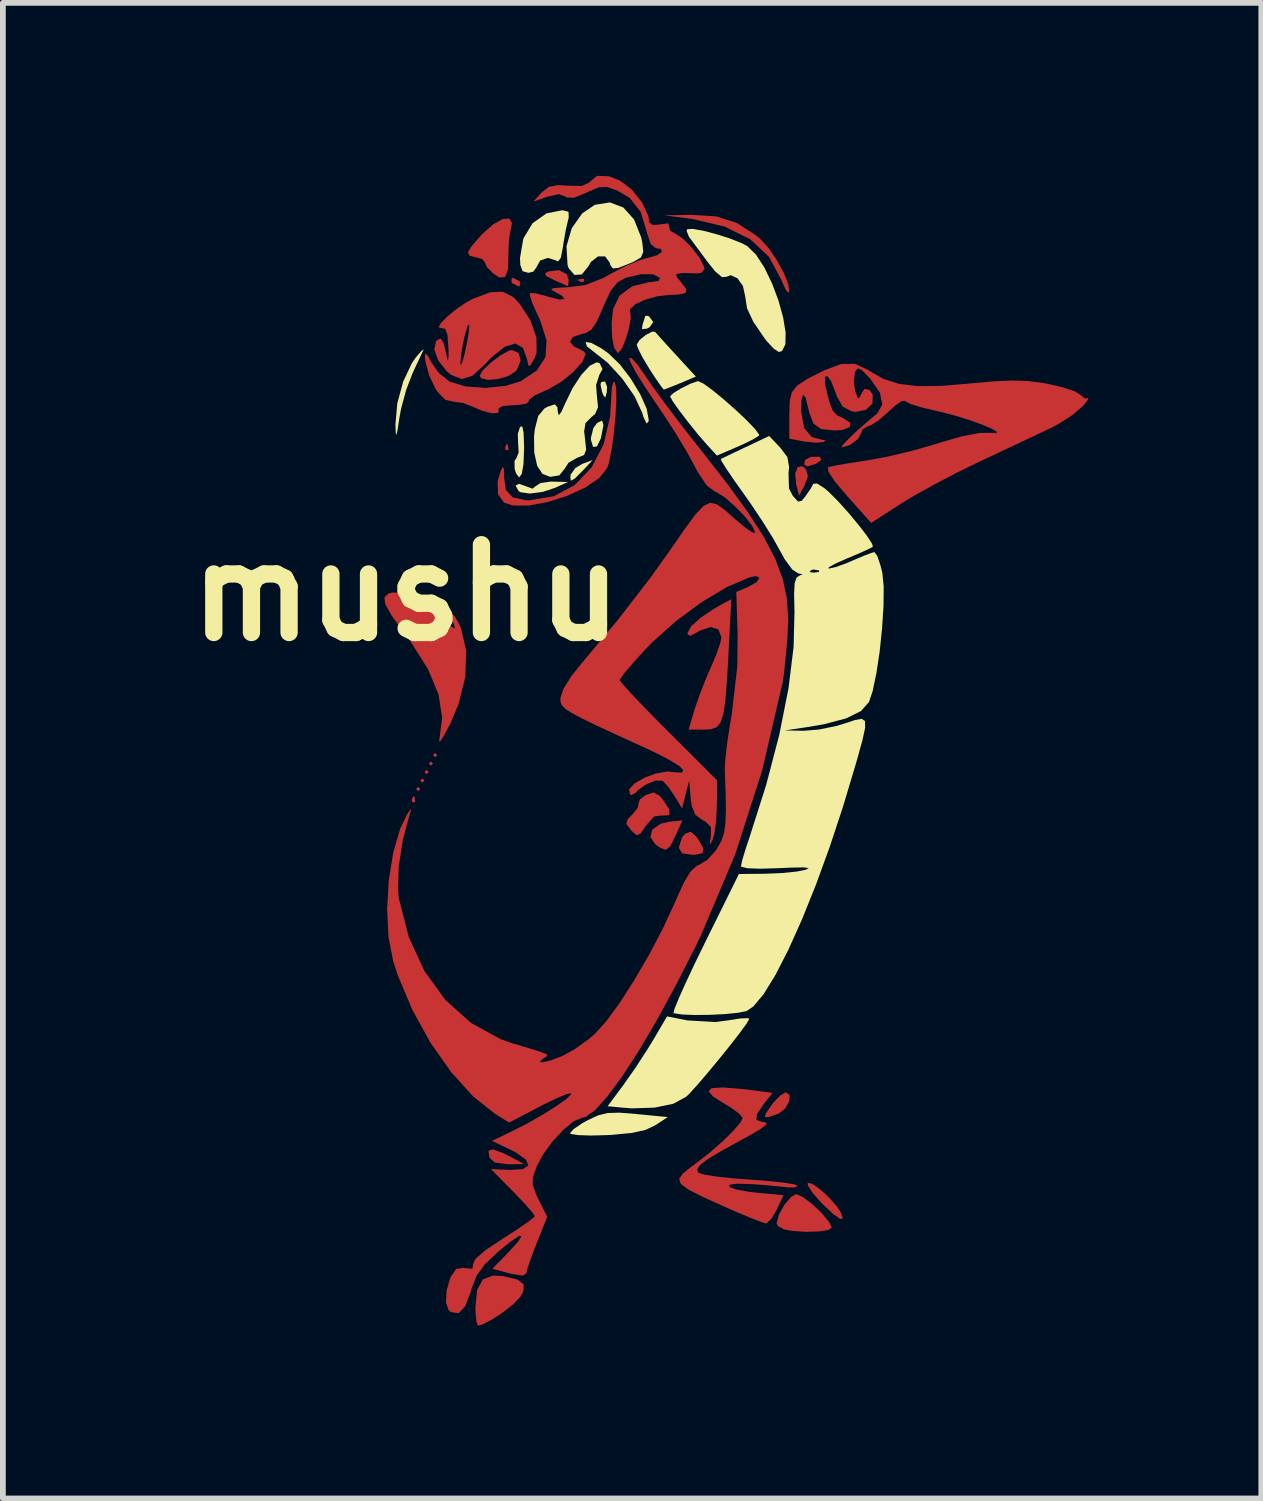
<source format=kicad_pcb>
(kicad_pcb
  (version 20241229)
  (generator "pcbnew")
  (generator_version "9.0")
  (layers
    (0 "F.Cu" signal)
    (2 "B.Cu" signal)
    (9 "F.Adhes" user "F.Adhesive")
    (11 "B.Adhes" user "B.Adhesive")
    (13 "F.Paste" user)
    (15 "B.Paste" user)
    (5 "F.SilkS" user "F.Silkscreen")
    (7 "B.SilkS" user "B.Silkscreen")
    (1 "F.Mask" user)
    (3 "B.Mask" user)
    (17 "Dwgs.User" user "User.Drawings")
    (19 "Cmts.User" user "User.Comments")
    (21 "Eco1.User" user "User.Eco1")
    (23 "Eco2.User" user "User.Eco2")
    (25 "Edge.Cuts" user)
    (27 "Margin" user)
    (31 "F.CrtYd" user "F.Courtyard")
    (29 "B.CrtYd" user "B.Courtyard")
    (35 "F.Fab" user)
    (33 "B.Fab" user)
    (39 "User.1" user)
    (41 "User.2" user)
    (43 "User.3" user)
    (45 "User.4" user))
  (footprint "mushu"
    (layer "F.Cu")
    (at 3.999 7.238)
    (property "Reference" "mushu" (at 0 0 0) (layer "F.SilkS") (effects (font (size 1.524 1.524) (thickness 0.3))))
    (attr board_only exclude_from_pos_files exclude_from_bom)
    (fp_poly (pts (xy 0.245 3.406) (xy 0.208 3.443) (xy 0.171 3.406) (xy 0.208 3.369)) (stroke (width 0) (type solid)) (fill yes) (layer "F.Cu"))
    (fp_poly (pts (xy 0.318 3.259) (xy 0.282 3.296) (xy 0.245 3.259) (xy 0.282 3.222)) (stroke (width 0) (type solid)) (fill yes) (layer "F.Cu"))
    (fp_poly (pts (xy 0.392 3.112) (xy 0.355 3.148) (xy 0.318 3.112) (xy 0.355 3.075)) (stroke (width 0) (type solid)) (fill yes) (layer "F.Cu"))
    (fp_poly (pts (xy 0.466 2.964) (xy 0.429 3.001) (xy 0.392 2.964) (xy 0.429 2.928)) (stroke (width 0) (type solid)) (fill yes) (layer "F.Cu"))
    (fp_poly (pts (xy 0.539 2.817) (xy 0.502 2.854) (xy 0.466 2.817) (xy 0.502 2.78)) (stroke (width 0) (type solid)) (fill yes) (layer "F.Cu"))
    (fp_poly (pts (xy 0.147 3.541) (xy 0.155 3.628) (xy 0.147 3.639) (xy 0.103 3.629) (xy 0.098 3.59) (xy 0.125 3.53)) (stroke (width 0) (type solid)) (fill yes) (layer "F.Cu"))
    (fp_poly (pts (xy 1.766 -2.57) (xy 1.775 -2.482) (xy 1.766 -2.471) (xy 1.723 -2.482) (xy 1.717 -2.521) (xy 1.744 -2.581)) (stroke (width 0) (type solid)) (fill yes) (layer "F.Cu"))
    (fp_poly (pts (xy 3.092 -5.441) (xy 3.081 -5.397) (xy 3.042 -5.392) (xy 2.982 -5.419) (xy 2.993 -5.441) (xy 3.081 -5.45)) (stroke (width 0) (type solid)) (fill yes) (layer "F.Cu"))
    (fp_poly (pts (xy 1.688 9.727) (xy 1.766 9.766) (xy 2.049 9.915) (xy 1.77 9.919) (xy 1.541 9.889) (xy 1.448 9.808) (xy 1.429 9.686) (xy 1.506 9.659)) (stroke (width 0) (type solid)) (fill yes) (layer "F.Cu"))
    (fp_poly (pts (xy 1.96 -5.412) (xy 1.975 -5.392) (xy 1.972 -5.324) (xy 1.947 -5.318) (xy 1.843 -5.372) (xy 1.828 -5.392) (xy 1.831 -5.46) (xy 1.856 -5.465)) (stroke (width 0) (type solid)) (fill yes) (layer "F.Cu"))
    (fp_poly (pts (xy 6.936 -2.148) (xy 6.974 -2.023) (xy 6.917 -1.869) (xy 6.819 -1.686) (xy 6.767 -1.893) (xy 6.752 -2.072) (xy 6.797 -2.183) (xy 6.881 -2.195)) (stroke (width 0) (type solid)) (fill yes) (layer "F.Cu"))
    (fp_poly (pts (xy 7.181 -2.356) (xy 7.207 -2.307) (xy 7.114 -2.238) (xy 6.962 -2.193) (xy 6.908 -2.226) (xy 6.921 -2.305) (xy 7.025 -2.359) (xy 7.162 -2.361)) (stroke (width 0) (type solid)) (fill yes) (layer "F.Cu"))
    (fp_poly (pts (xy 4.677 4.212) (xy 4.585 4.396) (xy 4.508 4.461) (xy 4.408 4.425) (xy 4.327 4.368) (xy 4.238 4.239) (xy 4.273 4.11) (xy 4.415 4.009) (xy 4.571 3.973) (xy 4.795 3.95)) (stroke (width 0) (type solid)) (fill yes) (layer "F.Cu"))
    (fp_poly (pts (xy 2.784 -5.531) (xy 2.822 -5.431) (xy 2.812 -5.335) (xy 2.803 -5.324) (xy 2.731 -5.355) (xy 2.579 -5.422) (xy 2.564 -5.429) (xy 2.426 -5.5) (xy 2.413 -5.547) (xy 2.472 -5.578) (xy 2.651 -5.599)) (stroke (width 0) (type solid)) (fill yes) (layer "F.Cu"))
    (fp_poly (pts (xy 5.03 4.225) (xy 5.061 4.266) (xy 5.159 4.433) (xy 5.147 4.518) (xy 5.014 4.546) (xy 4.957 4.547) (xy 4.793 4.523) (xy 4.737 4.435) (xy 4.736 4.409) (xy 4.788 4.246) (xy 4.84 4.185) (xy 4.935 4.147)) (stroke (width 0) (type solid)) (fill yes) (layer "F.Cu"))
    (fp_poly (pts (xy 6.657 8.718) (xy 6.648 8.829) (xy 6.578 8.952) (xy 6.464 9.039) (xy 6.461 9.04) (xy 6.288 9.1) (xy 6.225 9.098) (xy 6.245 9.032) (xy 6.252 9.02) (xy 6.367 8.856) (xy 6.494 8.724) (xy 6.588 8.67)) (stroke (width 0) (type solid)) (fill yes) (layer "F.Cu"))
    (fp_poly (pts (xy 7.046 10.256) (xy 7.18 10.351) (xy 7.336 10.493) (xy 7.474 10.649) (xy 7.542 10.75) (xy 7.582 10.859) (xy 7.533 10.867) (xy 7.407 10.778) (xy 7.218 10.6) (xy 7.204 10.586) (xy 7.056 10.418) (xy 6.973 10.29) (xy 6.968 10.241)) (stroke (width 0) (type solid)) (fill yes) (layer "F.Cu"))
    (fp_poly (pts (xy 1.954 -4.16) (xy 1.987 -4.03) (xy 1.924 -3.873) (xy 1.899 -3.843) (xy 1.771 -3.761) (xy 1.595 -3.709) (xy 1.421 -3.694) (xy 1.301 -3.723) (xy 1.276 -3.766) (xy 1.331 -3.862) (xy 1.467 -3.992) (xy 1.633 -4.118) (xy 1.781 -4.201) (xy 1.836 -4.214)) (stroke (width 0) (type solid)) (fill yes) (layer "F.Cu"))
    (fp_poly (pts (xy 1.681 11.859) (xy 1.928 11.918) (xy 2.041 12.002) (xy 2.033 12.128) (xy 1.982 12.219) (xy 1.866 12.343) (xy 1.682 12.487) (xy 1.481 12.619) (xy 1.311 12.704) (xy 1.247 12.719) (xy 1.22 12.654) (xy 1.204 12.488) (xy 1.202 12.402) (xy 1.232 12.099) (xy 1.33 11.918) (xy 1.507 11.849)) (stroke (width 0) (type solid)) (fill yes) (layer "F.Cu"))
    (fp_poly (pts (xy 6.887 10.488) (xy 7.05 10.612) (xy 7.216 10.77) (xy 7.342 10.922) (xy 7.386 11.019) (xy 7.321 11.061) (xy 7.155 11.085) (xy 6.937 11.091) (xy 6.711 11.076) (xy 6.558 11.049) (xy 6.449 10.987) (xy 6.429 10.943) (xy 6.47 10.791) (xy 6.566 10.619) (xy 6.682 10.483) (xy 6.77 10.437)) (stroke (width 0) (type solid)) (fill yes) (layer "F.Cu"))
    (fp_poly (pts (xy 5.379 -6.533) (xy 5.739 -6.419) (xy 6.076 -6.2) (xy 6.154 -6.134) (xy 6.295 -5.976) (xy 6.436 -5.768) (xy 6.556 -5.547) (xy 6.633 -5.354) (xy 6.648 -5.227) (xy 6.638 -5.208) (xy 6.595 -5.247) (xy 6.529 -5.386) (xy 6.51 -5.435) (xy 6.297 -5.83) (xy 5.972 -6.136) (xy 5.534 -6.353) (xy 4.977 -6.486) (xy 4.902 -6.496) (xy 4.478 -6.551) (xy 4.941 -6.56)) (stroke (width 0) (type solid)) (fill yes) (layer "F.Cu"))
    (fp_poly (pts (xy 1.836 -6.419) (xy 1.82 -6.331) (xy 1.786 -6.146) (xy 1.774 -5.911) (xy 1.775 -5.876) (xy 1.767 -5.61) (xy 1.716 -5.479) (xy 1.616 -5.473) (xy 1.512 -5.541) (xy 1.398 -5.657) (xy 1.364 -5.738) (xy 1.32 -5.792) (xy 1.22 -5.82) (xy 1.102 -5.849) (xy 1.071 -5.906) (xy 1.135 -6.015) (xy 1.298 -6.201) (xy 1.315 -6.22) (xy 1.505 -6.391) (xy 1.671 -6.485) (xy 1.79 -6.496)) (stroke (width 0) (type solid)) (fill yes) (layer "F.Cu"))
    (fp_poly (pts (xy 4.397 3.522) (xy 4.455 3.589) (xy 4.568 3.762) (xy 4.569 3.858) (xy 4.46 3.868) (xy 4.444 3.864) (xy 4.305 3.882) (xy 4.171 4.028) (xy 4.163 4.042) (xy 4.066 4.181) (xy 4 4.207) (xy 3.916 4.135) (xy 3.902 4.12) (xy 3.821 4.01) (xy 3.846 3.926) (xy 3.924 3.85) (xy 4.019 3.733) (xy 4.033 3.658) (xy 4.06 3.583) (xy 4.158 3.51) (xy 4.292 3.465)) (stroke (width 0) (type solid)) (fill yes) (layer "F.Cu"))
    (fp_poly (pts (xy 5.594 1.06) (xy 5.568 1.529) (xy 5.54 1.871) (xy 5.505 2.107) (xy 5.455 2.255) (xy 5.385 2.335) (xy 5.288 2.369) (xy 5.169 2.375) (xy 4.902 2.375) (xy 5.005 2.029) (xy 5.099 1.754) (xy 5.223 1.442) (xy 5.289 1.293) (xy 5.389 1.057) (xy 5.455 0.86) (xy 5.471 0.772) (xy 5.419 0.636) (xy 5.282 0.595) (xy 5.094 0.658) (xy 5.067 0.676) (xy 4.935 0.747) (xy 4.886 0.725) (xy 4.883 0.698) (xy 4.945 0.583) (xy 5.111 0.433) (xy 5.35 0.272) (xy 5.465 0.207) (xy 5.643 0.112)) (stroke (width 0) (type solid)) (fill yes) (layer "F.Cu"))
    (fp_poly (pts (xy 0.008 0.002) (xy 0.27 0.128) (xy 0.565 0.38) (xy 0.594 0.409) (xy 0.747 0.556) (xy 0.836 0.622) (xy 0.844 0.593) (xy 0.84 0.584) (xy 0.786 0.442) (xy 0.79 0.37) (xy 0.84 0.404) (xy 0.918 0.539) (xy 0.952 0.615) (xy 1.042 1.005) (xy 1.027 1.458) (xy 0.908 1.938) (xy 0.762 2.279) (xy 0.656 2.477) (xy 0.589 2.582) (xy 0.572 2.576) (xy 0.575 2.559) (xy 0.625 2.169) (xy 0.562 1.764) (xy 0.38 1.327) (xy 0.076 0.844) (xy -0.046 0.68) (xy -0.251 0.397) (xy -0.36 0.203) (xy -0.378 0.082) (xy -0.309 0.014) (xy -0.24 -0.005)) (stroke (width 0) (type solid)) (fill yes) (layer "F.Cu"))
    (fp_poly (pts (xy 3.621 -3.658) (xy 3.645 -3.552) (xy 3.648 -3.341) (xy 3.633 -3.066) (xy 3.605 -2.767) (xy 3.565 -2.483) (xy 3.519 -2.256) (xy 3.489 -2.165) (xy 3.351 -1.991) (xy 3.107 -1.826) (xy 2.795 -1.683) (xy 2.456 -1.575) (xy 2.128 -1.514) (xy 1.852 -1.515) (xy 1.699 -1.565) (xy 1.595 -1.709) (xy 1.587 -1.933) (xy 1.641 -2.116) (xy 1.682 -2.189) (xy 1.698 -2.137) (xy 1.698 -2.02) (xy 1.731 -1.784) (xy 1.852 -1.653) (xy 2.082 -1.606) (xy 2.143 -1.606) (xy 2.565 -1.676) (xy 2.928 -1.871) (xy 3.219 -2.177) (xy 3.427 -2.577) (xy 3.54 -3.059) (xy 3.558 -3.359) (xy 3.569 -3.559) (xy 3.597 -3.659)) (stroke (width 0) (type solid)) (fill yes) (layer "F.Cu"))
    (fp_poly (pts (xy 1.858 -5.132) (xy 1.966 -5.02) (xy 2.158 -4.728) (xy 2.261 -4.431) (xy 2.264 -4.168) (xy 2.224 -4.059) (xy 2.152 -3.939) (xy 2.12 -3.943) (xy 2.101 -4.043) (xy 2.028 -4.25) (xy 1.896 -4.326) (xy 1.712 -4.271) (xy 1.48 -4.085) (xy 1.362 -3.959) (xy 1.15 -3.766) (xy 0.964 -3.708) (xy 0.779 -3.783) (xy 0.706 -3.843) (xy 0.594 -3.984) (xy 0.94 -3.984) (xy 0.952 -3.952) (xy 0.981 -4.021) (xy 1.021 -4.173) (xy 1.064 -4.386) (xy 1.079 -4.472) (xy 1.098 -4.633) (xy 1.083 -4.658) (xy 1.063 -4.619) (xy 1.014 -4.455) (xy 0.967 -4.223) (xy 0.955 -4.14) (xy 0.94 -3.984) (xy 0.594 -3.984) (xy 0.555 -4.033) (xy 0.488 -4.223) (xy 0.519 -4.368) (xy 0.53 -4.381) (xy 0.596 -4.413) (xy 0.647 -4.344) (xy 0.696 -4.153) (xy 0.712 -4.067) (xy 0.728 -4.026) (xy 0.736 -4.114) (xy 0.734 -4.251) (xy 0.717 -4.475) (xy 0.678 -4.58) (xy 0.613 -4.594) (xy 0.562 -4.609) (xy 0.606 -4.685) (xy 0.719 -4.799) (xy 0.875 -4.926) (xy 1.048 -5.043) (xy 1.165 -5.105) (xy 1.459 -5.215) (xy 1.677 -5.225)) (stroke (width 0) (type solid)) (fill yes) (layer "F.Cu"))
    (fp_poly (pts (xy 5.823 8.611) (xy 6.007 8.633) (xy 6.359 8.68) (xy 6.21 8.869) (xy 6.089 9.048) (xy 6.079 9.148) (xy 6.183 9.186) (xy 6.227 9.188) (xy 6.26 9.217) (xy 6.158 9.302) (xy 5.921 9.441) (xy 5.84 9.484) (xy 5.479 9.682) (xy 5.237 9.827) (xy 5.098 9.933) (xy 5.049 10.009) (xy 5.071 10.065) (xy 5.169 10.097) (xy 5.381 10.131) (xy 5.675 10.163) (xy 5.969 10.185) (xy 6.298 10.21) (xy 6.565 10.239) (xy 6.741 10.268) (xy 6.797 10.29) (xy 6.736 10.323) (xy 6.632 10.32) (xy 6.471 10.302) (xy 6.223 10.28) (xy 5.997 10.263) (xy 5.736 10.256) (xy 5.609 10.275) (xy 5.61 10.313) (xy 5.731 10.357) (xy 5.964 10.399) (xy 6.112 10.415) (xy 6.549 10.455) (xy 6.434 10.701) (xy 6.341 10.862) (xy 6.258 10.943) (xy 6.245 10.946) (xy 6.15 10.916) (xy 5.954 10.839) (xy 5.689 10.728) (xy 5.509 10.648) (xy 5.141 10.482) (xy 4.898 10.358) (xy 4.767 10.261) (xy 4.738 10.174) (xy 4.8 10.081) (xy 4.94 9.968) (xy 4.999 9.926) (xy 5.249 9.733) (xy 5.485 9.528) (xy 5.68 9.336) (xy 5.807 9.186) (xy 5.84 9.114) (xy 5.782 9.042) (xy 5.633 8.934) (xy 5.546 8.882) (xy 5.33 8.746) (xy 5.248 8.651) (xy 5.302 8.598) (xy 5.493 8.585)) (stroke (width 0) (type solid)) (fill yes) (layer "F.Cu"))
    (fp_poly (pts (xy 8.021 -3.865) (xy 8.038 -3.853) (xy 8.28 -3.713) (xy 8.554 -3.625) (xy 8.887 -3.586) (xy 9.309 -3.592) (xy 9.759 -3.63) (xy 10.185 -3.669) (xy 10.513 -3.684) (xy 10.786 -3.675) (xy 11.051 -3.641) (xy 11.152 -3.623) (xy 11.412 -3.562) (xy 11.61 -3.494) (xy 11.706 -3.432) (xy 11.708 -3.428) (xy 11.788 -3.368) (xy 11.83 -3.38) (xy 11.842 -3.365) (xy 11.77 -3.27) (xy 11.734 -3.23) (xy 11.561 -3.083) (xy 11.321 -2.929) (xy 11.182 -2.856) (xy 10.967 -2.755) (xy 10.66 -2.61) (xy 10.304 -2.442) (xy 9.954 -2.278) (xy 9.566 -2.089) (xy 9.171 -1.882) (xy 8.816 -1.685) (xy 8.584 -1.545) (xy 8.071 -1.212) (xy 7.65 -1.683) (xy 7.44 -1.932) (xy 7.328 -2.101) (xy 7.319 -2.18) (xy 7.326 -2.183) (xy 7.441 -2.207) (xy 7.66 -2.245) (xy 7.94 -2.289) (xy 8.012 -2.299) (xy 8.374 -2.367) (xy 8.792 -2.467) (xy 9.186 -2.58) (xy 9.244 -2.599) (xy 9.641 -2.715) (xy 9.953 -2.774) (xy 10.128 -2.776) (xy 10.248 -2.769) (xy 10.249 -2.797) (xy 10.156 -2.851) (xy 9.989 -2.921) (xy 9.771 -2.999) (xy 9.526 -3.075) (xy 9.275 -3.14) (xy 9.203 -3.156) (xy 8.943 -3.218) (xy 8.747 -3.279) (xy 8.654 -3.328) (xy 8.651 -3.332) (xy 8.592 -3.324) (xy 8.466 -3.231) (xy 8.373 -3.144) (xy 8.202 -2.994) (xy 8.058 -2.902) (xy 8.01 -2.889) (xy 7.914 -2.83) (xy 7.902 -2.781) (xy 7.841 -2.668) (xy 7.704 -2.565) (xy 7.557 -2.521) (xy 7.576 -2.564) (xy 7.683 -2.677) (xy 7.853 -2.837) (xy 8.061 -3.018) (xy 8.178 -3.114) (xy 8.264 -3.268) (xy 8.222 -3.473) (xy 8.055 -3.715) (xy 8.054 -3.716) (xy 7.917 -3.858) (xy 7.841 -3.896) (xy 7.796 -3.844) (xy 7.789 -3.827) (xy 7.77 -3.662) (xy 7.795 -3.496) (xy 7.84 -3.373) (xy 7.872 -3.388) (xy 7.882 -3.422) (xy 7.952 -3.538) (xy 8.045 -3.52) (xy 8.098 -3.435) (xy 8.093 -3.285) (xy 7.981 -3.176) (xy 7.804 -3.139) (xy 7.73 -3.15) (xy 7.576 -3.232) (xy 7.475 -3.408) (xy 7.449 -3.485) (xy 7.376 -3.672) (xy 7.308 -3.762) (xy 7.267 -3.746) (xy 7.273 -3.612) (xy 7.281 -3.57) (xy 7.344 -3.313) (xy 7.403 -3.163) (xy 7.48 -3.08) (xy 7.581 -3.032) (xy 7.707 -2.952) (xy 7.7 -2.877) (xy 7.574 -2.826) (xy 7.437 -2.816) (xy 7.204 -2.841) (xy 7.07 -2.935) (xy 6.994 -3.132) (xy 6.979 -3.205) (xy 6.931 -3.391) (xy 6.888 -3.436) (xy 6.86 -3.343) (xy 6.857 -3.138) (xy 6.908 -2.859) (xy 7.038 -2.703) (xy 7.193 -2.662) (xy 7.278 -2.644) (xy 7.253 -2.618) (xy 7.12 -2.604) (xy 6.923 -2.623) (xy 6.904 -2.627) (xy 6.65 -2.674) (xy 6.65 -3.095) (xy 6.656 -3.32) (xy 6.691 -3.475) (xy 6.782 -3.593) (xy 6.952 -3.706) (xy 7.228 -3.847) (xy 7.254 -3.86) (xy 7.551 -3.971) (xy 7.792 -3.973)) (stroke (width 0) (type solid)) (fill yes) (layer "F.Cu"))
    (fp_poly (pts (xy 3.521 -7.229) (xy 3.713 -7.152) (xy 3.918 -6.997) (xy 4.095 -6.773) (xy 4.204 -6.539) (xy 4.22 -6.428) (xy 4.282 -6.379) (xy 4.416 -6.395) (xy 4.552 -6.412) (xy 4.562 -6.365) (xy 4.58 -6.285) (xy 4.661 -6.239) (xy 4.799 -6.15) (xy 4.958 -5.99) (xy 5.096 -5.808) (xy 5.173 -5.653) (xy 5.178 -5.62) (xy 5.118 -5.55) (xy 5.049 -5.543) (xy 4.859 -5.55) (xy 4.78 -5.548) (xy 4.685 -5.531) (xy 4.702 -5.473) (xy 4.761 -5.404) (xy 4.862 -5.272) (xy 4.85 -5.201) (xy 4.713 -5.174) (xy 4.585 -5.171) (xy 4.364 -5.147) (xy 4.147 -5.087) (xy 3.975 -5.006) (xy 3.886 -4.922) (xy 3.888 -4.879) (xy 3.898 -4.77) (xy 3.868 -4.594) (xy 3.812 -4.402) (xy 3.746 -4.241) (xy 3.684 -4.164) (xy 3.671 -4.163) (xy 3.609 -4.253) (xy 3.573 -4.442) (xy 3.566 -4.686) (xy 3.592 -4.927) (xy 3.705 -5.158) (xy 3.924 -5.32) (xy 4.215 -5.391) (xy 4.258 -5.392) (xy 4.385 -5.415) (xy 4.405 -5.465) (xy 4.287 -5.528) (xy 4.078 -5.529) (xy 3.819 -5.469) (xy 3.806 -5.464) (xy 3.666 -5.386) (xy 3.551 -5.242) (xy 3.435 -4.996) (xy 3.418 -4.953) (xy 3.308 -4.703) (xy 3.213 -4.564) (xy 3.107 -4.503) (xy 3.057 -4.494) (xy 2.895 -4.441) (xy 2.843 -4.356) (xy 2.913 -4.273) (xy 2.965 -4.252) (xy 3.086 -4.188) (xy 3.116 -4.141) (xy 3.057 -4.005) (xy 2.905 -3.835) (xy 2.7 -3.668) (xy 2.478 -3.537) (xy 2.416 -3.51) (xy 2.233 -3.426) (xy 2.134 -3.35) (xy 2.128 -3.321) (xy 2.089 -3.282) (xy 1.942 -3.259) (xy 1.865 -3.257) (xy 1.676 -3.241) (xy 1.603 -3.2) (xy 1.607 -3.183) (xy 1.599 -3.123) (xy 1.493 -3.115) (xy 1.325 -3.156) (xy 1.17 -3.223) (xy 0.986 -3.295) (xy 0.841 -3.313) (xy 0.838 -3.313) (xy 0.677 -3.35) (xy 0.523 -3.512) (xy 0.403 -3.765) (xy 0.344 -3.972) (xy 0.323 -4.109) (xy 0.34 -4.155) (xy 0.393 -4.087) (xy 0.426 -4.016) (xy 0.565 -3.816) (xy 0.751 -3.666) (xy 1.032 -3.581) (xy 1.38 -3.556) (xy 1.731 -3.592) (xy 1.985 -3.671) (xy 2.268 -3.858) (xy 2.418 -4.09) (xy 2.437 -4.377) (xy 2.326 -4.729) (xy 2.279 -4.829) (xy 2.189 -5.027) (xy 2.146 -5.164) (xy 2.15 -5.202) (xy 2.243 -5.199) (xy 2.416 -5.154) (xy 2.472 -5.136) (xy 2.658 -5.089) (xy 2.744 -5.098) (xy 2.714 -5.15) (xy 2.587 -5.22) (xy 2.515 -5.263) (xy 2.553 -5.287) (xy 2.716 -5.299) (xy 2.797 -5.301) (xy 3.113 -5.342) (xy 3.424 -5.465) (xy 3.562 -5.542) (xy 3.817 -5.675) (xy 4.063 -5.776) (xy 4.199 -5.814) (xy 4.36 -5.86) (xy 4.44 -5.92) (xy 4.42 -5.968) (xy 4.334 -5.981) (xy 4.246 -6.05) (xy 4.182 -6.238) (xy 4.179 -6.257) (xy 4.07 -6.611) (xy 3.878 -6.855) (xy 3.662 -6.982) (xy 3.486 -7.042) (xy 3.344 -7.037) (xy 3.163 -6.961) (xy 3.126 -6.943) (xy 2.913 -6.856) (xy 2.787 -6.86) (xy 2.764 -6.877) (xy 2.647 -6.918) (xy 2.447 -6.873) (xy 2.209 -6.79) (xy 2.35 -6.945) (xy 2.476 -7.046) (xy 2.642 -7.076) (xy 2.804 -7.065) (xy 3.049 -7.061) (xy 3.171 -7.117) (xy 3.173 -7.12) (xy 3.311 -7.236)) (stroke (width 0) (type solid)) (fill yes) (layer "F.Cu"))
    (fp_poly (pts (xy 3.918 -4.067) (xy 4.021 -3.952) (xy 4.151 -3.765) (xy 4.289 -3.563) (xy 4.497 -3.279) (xy 4.748 -2.947) (xy 5.019 -2.599) (xy 5.116 -2.478) (xy 5.57 -1.896) (xy 5.93 -1.4) (xy 6.206 -0.972) (xy 6.405 -0.592) (xy 6.536 -0.241) (xy 6.608 0.1) (xy 6.631 0.45) (xy 6.618 0.771) (xy 6.591 1.076) (xy 6.564 1.342) (xy 6.541 1.52) (xy 6.537 1.544) (xy 6.178 3.088) (xy 5.709 4.546) (xy 5.122 5.934) (xy 5.03 6.126) (xy 4.688 6.799) (xy 4.357 7.408) (xy 4.043 7.941) (xy 3.754 8.388) (xy 3.497 8.737) (xy 3.281 8.978) (xy 3.111 9.099) (xy 3.054 9.112) (xy 2.911 9.17) (xy 2.728 9.321) (xy 2.535 9.53) (xy 2.367 9.763) (xy 2.269 9.948) (xy 2.201 10.134) (xy 2.195 10.273) (xy 2.254 10.437) (xy 2.299 10.531) (xy 2.448 10.831) (xy 2.267 11.284) (xy 2.174 11.527) (xy 2.108 11.719) (xy 2.085 11.813) (xy 2.026 11.851) (xy 1.845 11.824) (xy 1.791 11.811) (xy 1.496 11.732) (xy 1.768 11.454) (xy 1.94 11.265) (xy 2.002 11.167) (xy 1.963 11.161) (xy 1.829 11.248) (xy 1.606 11.427) (xy 1.594 11.438) (xy 1.364 11.657) (xy 1.222 11.853) (xy 1.134 12.082) (xy 1.121 12.131) (xy 1.026 12.382) (xy 0.91 12.503) (xy 0.779 12.485) (xy 0.736 12.449) (xy 0.691 12.318) (xy 0.702 12.111) (xy 0.766 11.89) (xy 0.774 11.872) (xy 0.868 11.735) (xy 0.997 11.715) (xy 1.03 11.722) (xy 1.15 11.732) (xy 1.16 11.666) (xy 1.158 11.661) (xy 1.2 11.563) (xy 1.377 11.41) (xy 1.676 11.211) (xy 1.923 11.052) (xy 2.114 10.92) (xy 2.22 10.836) (xy 2.233 10.818) (xy 2.185 10.748) (xy 2.058 10.603) (xy 1.878 10.414) (xy 1.852 10.387) (xy 1.471 10.002) (xy 1.797 10.017) (xy 2.026 10.003) (xy 2.121 9.94) (xy 2.081 9.84) (xy 1.906 9.714) (xy 1.805 9.663) (xy 1.489 9.513) (xy 1.842 9.343) (xy 2.112 9.205) (xy 2.377 9.053) (xy 2.61 8.907) (xy 2.781 8.785) (xy 2.863 8.704) (xy 2.863 8.687) (xy 2.785 8.701) (xy 2.612 8.773) (xy 2.376 8.886) (xy 2.307 8.923) (xy 1.787 9.195) (xy 1.55 9.048) (xy 1.162 8.741) (xy 0.779 8.317) (xy 0.42 7.805) (xy 0.105 7.234) (xy -0.147 6.634) (xy -0.226 6.39) (xy -0.307 5.972) (xy -0.33 5.49) (xy -0.301 4.986) (xy -0.223 4.505) (xy -0.102 4.088) (xy 0.023 3.835) (xy 0.084 3.745) (xy 0.08 3.785) (xy 0.06 3.848) (xy -0.06 4.299) (xy -0.129 4.752) (xy -0.141 5.154) (xy -0.125 5.309) (xy 0.045 5.974) (xy 0.317 6.565) (xy 0.681 7.067) (xy 1.126 7.466) (xy 1.639 7.747) (xy 1.841 7.818) (xy 2.148 7.91) (xy 2.337 7.969) (xy 2.43 8.006) (xy 2.45 8.033) (xy 2.417 8.06) (xy 2.378 8.084) (xy 2.315 8.14) (xy 2.366 8.15) (xy 2.503 8.117) (xy 2.702 8.043) (xy 2.704 8.043) (xy 2.919 7.925) (xy 3.162 7.752) (xy 3.271 7.66) (xy 3.469 7.442) (xy 3.706 7.118) (xy 3.961 6.72) (xy 4.218 6.279) (xy 4.456 5.826) (xy 4.658 5.391) (xy 4.675 5.351) (xy 4.818 5.033) (xy 4.937 4.836) (xy 5.044 4.738) (xy 5.084 4.722) (xy 5.228 4.634) (xy 5.377 4.469) (xy 5.404 4.427) (xy 5.47 4.308) (xy 5.515 4.18) (xy 5.54 4.017) (xy 5.549 3.789) (xy 5.544 3.469) (xy 5.53 3.075) (xy 5.539 2.887) (xy 5.572 2.604) (xy 5.622 2.275) (xy 5.648 2.131) (xy 5.747 1.284) (xy 5.753 0.715) (xy 5.73 -0.015) (xy 5.932 -0.099) (xy 6.08 -0.183) (xy 6.131 -0.257) (xy 6.079 -0.29) (xy 5.969 -0.271) (xy 5.575 -0.104) (xy 5.135 0.158) (xy 4.687 0.488) (xy 4.27 0.86) (xy 4.125 1.01) (xy 3.933 1.224) (xy 3.787 1.396) (xy 3.711 1.501) (xy 3.705 1.516) (xy 3.755 1.583) (xy 3.892 1.734) (xy 4.099 1.952) (xy 4.358 2.218) (xy 4.552 2.412) (xy 5.398 3.256) (xy 5.393 3.699) (xy 5.379 3.965) (xy 5.348 4.187) (xy 5.319 4.29) (xy 5.274 4.37) (xy 5.272 4.322) (xy 5.288 4.234) (xy 5.291 4.069) (xy 5.193 3.97) (xy 5.146 3.947) (xy 5.018 3.852) (xy 4.954 3.688) (xy 4.938 3.562) (xy 4.911 3.259) (xy 4.85 3.501) (xy 4.79 3.744) (xy 4.658 3.528) (xy 4.547 3.366) (xy 4.454 3.267) (xy 4.449 3.263) (xy 4.329 3.26) (xy 4.164 3.325) (xy 4.021 3.427) (xy 3.985 3.47) (xy 3.907 3.512) (xy 3.883 3.498) (xy 3.871 3.409) (xy 3.968 3.307) (xy 4.135 3.21) (xy 4.337 3.136) (xy 4.537 3.101) (xy 4.691 3.119) (xy 4.791 3.118) (xy 4.809 3.078) (xy 4.747 3.012) (xy 4.578 2.906) (xy 4.332 2.778) (xy 4.165 2.699) (xy 3.682 2.479) (xy 3.317 2.31) (xy 3.053 2.182) (xy 2.873 2.086) (xy 2.762 2.013) (xy 2.703 1.952) (xy 2.68 1.894) (xy 2.676 1.831) (xy 2.726 1.674) (xy 2.865 1.45) (xy 3.024 1.25) (xy 3.677 0.468) (xy 4.239 -0.261) (xy 4.596 -0.761) (xy 4.841 -1.116) (xy 5.022 -1.361) (xy 5.16 -1.506) (xy 5.275 -1.562) (xy 5.388 -1.538) (xy 5.519 -1.446) (xy 5.683 -1.301) (xy 5.868 -1.145) (xy 6.003 -1.051) (xy 6.061 -1.038) (xy 6.061 -1.041) (xy 6.009 -1.157) (xy 5.878 -1.324) (xy 5.705 -1.503) (xy 5.528 -1.657) (xy 5.385 -1.747) (xy 5.365 -1.753) (xy 5.22 -1.858) (xy 5.059 -2.097) (xy 4.999 -2.212) (xy 4.868 -2.453) (xy 4.679 -2.765) (xy 4.462 -3.102) (xy 4.318 -3.314) (xy 4.13 -3.594) (xy 3.982 -3.834) (xy 3.891 -4.006) (xy 3.869 -4.08)) (stroke (width 0) (type solid)) (fill yes) (layer "F.Cu"))
    (fp_poly (pts (xy 0.237 3.404) (xy 0.2 3.441) (xy 0.163 3.404) (xy 0.2 3.367)) (stroke (width 0) (type solid)) (fill yes) (layer "F.Mask"))
    (fp_poly (pts (xy 0.31 3.257) (xy 0.274 3.293) (xy 0.237 3.257) (xy 0.274 3.22)) (stroke (width 0) (type solid)) (fill yes) (layer "F.Mask"))
    (fp_poly (pts (xy 0.384 3.109) (xy 0.347 3.146) (xy 0.31 3.109) (xy 0.347 3.073)) (stroke (width 0) (type solid)) (fill yes) (layer "F.Mask"))
    (fp_poly (pts (xy 0.458 2.962) (xy 0.421 2.999) (xy 0.384 2.962) (xy 0.421 2.925)) (stroke (width 0) (type solid)) (fill yes) (layer "F.Mask"))
    (fp_poly (pts (xy 0.531 2.815) (xy 0.494 2.852) (xy 0.458 2.815) (xy 0.494 2.778)) (stroke (width 0) (type solid)) (fill yes) (layer "F.Mask"))
    (fp_poly (pts (xy 0.139 3.539) (xy 0.147 3.626) (xy 0.139 3.637) (xy 0.095 3.627) (xy 0.09 3.588) (xy 0.116 3.527)) (stroke (width 0) (type solid)) (fill yes) (layer "F.Mask"))
    (fp_poly (pts (xy 1.758 -2.572) (xy 1.767 -2.485) (xy 1.758 -2.474) (xy 1.715 -2.484) (xy 1.709 -2.523) (xy 1.736 -2.583)) (stroke (width 0) (type solid)) (fill yes) (layer "F.Mask"))
    (fp_poly (pts (xy 3.084 -5.443) (xy 3.073 -5.399) (xy 3.034 -5.394) (xy 2.974 -5.421) (xy 2.985 -5.443) (xy 3.073 -5.452)) (stroke (width 0) (type solid)) (fill yes) (layer "F.Mask"))
    (fp_poly (pts (xy 1.68 9.724) (xy 1.758 9.764) (xy 2.041 9.913) (xy 1.762 9.916) (xy 1.533 9.887) (xy 1.44 9.806) (xy 1.421 9.684) (xy 1.498 9.657)) (stroke (width 0) (type solid)) (fill yes) (layer "F.Mask"))
    (fp_poly (pts (xy 1.952 -5.414) (xy 1.967 -5.394) (xy 1.964 -5.326) (xy 1.939 -5.321) (xy 1.835 -5.374) (xy 1.82 -5.394) (xy 1.823 -5.462) (xy 1.848 -5.468)) (stroke (width 0) (type solid)) (fill yes) (layer "F.Mask"))
    (fp_poly (pts (xy 6.931 -2.15) (xy 6.968 -2.024) (xy 6.911 -1.87) (xy 6.813 -1.687) (xy 6.761 -1.894) (xy 6.747 -2.073) (xy 6.792 -2.184) (xy 6.875 -2.196)) (stroke (width 0) (type solid)) (fill yes) (layer "F.Mask"))
    (fp_poly (pts (xy 7.173 -2.358) (xy 7.199 -2.309) (xy 7.106 -2.24) (xy 6.954 -2.195) (xy 6.899 -2.229) (xy 6.913 -2.308) (xy 7.017 -2.361) (xy 7.154 -2.363)) (stroke (width 0) (type solid)) (fill yes) (layer "F.Mask"))
    (fp_poly (pts (xy 4.669 4.21) (xy 4.577 4.394) (xy 4.5 4.459) (xy 4.4 4.423) (xy 4.319 4.365) (xy 4.23 4.237) (xy 4.265 4.108) (xy 4.407 4.007) (xy 4.562 3.97) (xy 4.787 3.948)) (stroke (width 0) (type solid)) (fill yes) (layer "F.Mask"))
    (fp_poly (pts (xy 2.776 -5.534) (xy 2.814 -5.433) (xy 2.804 -5.337) (xy 2.795 -5.326) (xy 2.723 -5.357) (xy 2.571 -5.424) (xy 2.556 -5.431) (xy 2.418 -5.502) (xy 2.405 -5.549) (xy 2.464 -5.58) (xy 2.643 -5.601)) (stroke (width 0) (type solid)) (fill yes) (layer "F.Mask"))
    (fp_poly (pts (xy 5.022 4.222) (xy 5.052 4.263) (xy 5.151 4.43) (xy 5.139 4.516) (xy 5.006 4.544) (xy 4.949 4.545) (xy 4.785 4.52) (xy 4.729 4.433) (xy 4.728 4.407) (xy 4.78 4.244) (xy 4.832 4.182) (xy 4.927 4.144)) (stroke (width 0) (type solid)) (fill yes) (layer "F.Mask"))
    (fp_poly (pts (xy 6.649 8.716) (xy 6.64 8.826) (xy 6.57 8.95) (xy 6.456 9.037) (xy 6.453 9.038) (xy 6.28 9.098) (xy 6.217 9.096) (xy 6.237 9.03) (xy 6.244 9.018) (xy 6.359 8.854) (xy 6.486 8.721) (xy 6.58 8.668)) (stroke (width 0) (type solid)) (fill yes) (layer "F.Mask"))
    (fp_poly (pts (xy 7.038 10.254) (xy 7.172 10.349) (xy 7.328 10.491) (xy 7.466 10.647) (xy 7.534 10.748) (xy 7.574 10.857) (xy 7.525 10.864) (xy 7.399 10.776) (xy 7.21 10.598) (xy 7.196 10.583) (xy 7.048 10.415) (xy 6.965 10.287) (xy 6.96 10.239)) (stroke (width 0) (type solid)) (fill yes) (layer "F.Mask"))
    (fp_poly (pts (xy 1.946 -4.162) (xy 1.978 -4.032) (xy 1.916 -3.876) (xy 1.891 -3.845) (xy 1.763 -3.763) (xy 1.587 -3.711) (xy 1.413 -3.697) (xy 1.293 -3.725) (xy 1.268 -3.768) (xy 1.323 -3.864) (xy 1.458 -3.994) (xy 1.625 -4.12) (xy 1.773 -4.203) (xy 1.828 -4.216)) (stroke (width 0) (type solid)) (fill yes) (layer "F.Mask"))
    (fp_poly (pts (xy 1.673 11.856) (xy 1.92 11.916) (xy 2.033 12) (xy 2.025 12.126) (xy 1.974 12.217) (xy 1.858 12.34) (xy 1.674 12.485) (xy 1.473 12.616) (xy 1.303 12.702) (xy 1.239 12.717) (xy 1.212 12.652) (xy 1.196 12.486) (xy 1.194 12.4) (xy 1.224 12.096) (xy 1.322 11.916) (xy 1.499 11.846)) (stroke (width 0) (type solid)) (fill yes) (layer "F.Mask"))
    (fp_poly (pts (xy 6.879 10.485) (xy 7.042 10.61) (xy 7.208 10.768) (xy 7.334 10.919) (xy 7.378 11.016) (xy 7.313 11.058) (xy 7.147 11.083) (xy 6.929 11.089) (xy 6.703 11.074) (xy 6.55 11.047) (xy 6.441 10.984) (xy 6.421 10.941) (xy 6.462 10.789) (xy 6.558 10.617) (xy 6.674 10.481) (xy 6.762 10.435)) (stroke (width 0) (type solid)) (fill yes) (layer "F.Mask"))
    (fp_poly (pts (xy 5.371 -6.536) (xy 5.731 -6.422) (xy 6.068 -6.202) (xy 6.146 -6.136) (xy 6.287 -5.979) (xy 6.428 -5.77) (xy 6.548 -5.549) (xy 6.625 -5.356) (xy 6.64 -5.229) (xy 6.63 -5.21) (xy 6.587 -5.249) (xy 6.521 -5.388) (xy 6.502 -5.438) (xy 6.289 -5.833) (xy 5.964 -6.138) (xy 5.526 -6.356) (xy 4.969 -6.488) (xy 4.894 -6.498) (xy 4.47 -6.553) (xy 4.933 -6.562)) (stroke (width 0) (type solid)) (fill yes) (layer "F.Mask"))
    (fp_poly (pts (xy 1.828 -6.421) (xy 1.812 -6.333) (xy 1.778 -6.148) (xy 1.766 -5.913) (xy 1.767 -5.878) (xy 1.759 -5.612) (xy 1.708 -5.481) (xy 1.608 -5.475) (xy 1.504 -5.544) (xy 1.39 -5.659) (xy 1.356 -5.74) (xy 1.312 -5.794) (xy 1.212 -5.823) (xy 1.094 -5.851) (xy 1.063 -5.908) (xy 1.127 -6.018) (xy 1.29 -6.203) (xy 1.307 -6.222) (xy 1.497 -6.393) (xy 1.663 -6.487) (xy 1.782 -6.498)) (stroke (width 0) (type solid)) (fill yes) (layer "F.Mask"))
    (fp_poly (pts (xy 4.389 3.52) (xy 4.447 3.586) (xy 4.56 3.76) (xy 4.561 3.856) (xy 4.452 3.866) (xy 4.436 3.862) (xy 4.297 3.88) (xy 4.163 4.026) (xy 4.155 4.039) (xy 4.058 4.178) (xy 3.991 4.205) (xy 3.908 4.133) (xy 3.894 4.117) (xy 3.813 4.008) (xy 3.838 3.924) (xy 3.916 3.848) (xy 4.011 3.731) (xy 4.025 3.655) (xy 4.052 3.581) (xy 4.15 3.508) (xy 4.283 3.463)) (stroke (width 0) (type solid)) (fill yes) (layer "F.Mask"))
    (fp_poly (pts (xy 5.586 1.057) (xy 5.56 1.527) (xy 5.532 1.869) (xy 5.497 2.104) (xy 5.447 2.252) (xy 5.377 2.333) (xy 5.28 2.367) (xy 5.16 2.373) (xy 4.894 2.373) (xy 4.997 2.027) (xy 5.091 1.751) (xy 5.215 1.439) (xy 5.281 1.29) (xy 5.381 1.055) (xy 5.447 0.858) (xy 5.463 0.77) (xy 5.411 0.634) (xy 5.274 0.593) (xy 5.086 0.656) (xy 5.059 0.673) (xy 4.927 0.745) (xy 4.878 0.723) (xy 4.875 0.695) (xy 4.937 0.581) (xy 5.103 0.431) (xy 5.342 0.269) (xy 5.457 0.204) (xy 5.635 0.11)) (stroke (width 0) (type solid)) (fill yes) (layer "F.Mask"))
    (fp_poly (pts (xy 0 0) (xy 0.262 0.125) (xy 0.557 0.378) (xy 0.586 0.406) (xy 0.739 0.554) (xy 0.828 0.619) (xy 0.836 0.591) (xy 0.832 0.581) (xy 0.778 0.44) (xy 0.782 0.368) (xy 0.832 0.402) (xy 0.91 0.537) (xy 0.944 0.613) (xy 1.034 1.003) (xy 1.019 1.456) (xy 0.9 1.936) (xy 0.754 2.277) (xy 0.648 2.475) (xy 0.581 2.58) (xy 0.564 2.574) (xy 0.567 2.557) (xy 0.617 2.167) (xy 0.554 1.761) (xy 0.372 1.325) (xy 0.068 0.842) (xy -0.054 0.678) (xy -0.259 0.395) (xy -0.368 0.201) (xy -0.386 0.079) (xy -0.317 0.012) (xy -0.248 -0.008)) (stroke (width 0) (type solid)) (fill yes) (layer "F.Mask"))
    (fp_poly (pts (xy 3.613 -3.66) (xy 3.637 -3.554) (xy 3.64 -3.344) (xy 3.625 -3.069) (xy 3.597 -2.769) (xy 3.557 -2.486) (xy 3.511 -2.259) (xy 3.481 -2.167) (xy 3.343 -1.994) (xy 3.099 -1.829) (xy 2.787 -1.685) (xy 2.448 -1.577) (xy 2.12 -1.516) (xy 1.844 -1.517) (xy 1.691 -1.567) (xy 1.587 -1.712) (xy 1.579 -1.935) (xy 1.633 -2.118) (xy 1.674 -2.191) (xy 1.69 -2.139) (xy 1.69 -2.022) (xy 1.723 -1.787) (xy 1.844 -1.655) (xy 2.074 -1.609) (xy 2.135 -1.608) (xy 2.557 -1.678) (xy 2.92 -1.874) (xy 3.211 -2.179) (xy 3.419 -2.58) (xy 3.532 -3.061) (xy 3.55 -3.361) (xy 3.561 -3.561) (xy 3.589 -3.661)) (stroke (width 0) (type solid)) (fill yes) (layer "F.Mask"))
    (fp_poly (pts (xy 1.85 -5.134) (xy 1.958 -5.023) (xy 2.15 -4.731) (xy 2.253 -4.434) (xy 2.256 -4.17) (xy 2.216 -4.061) (xy 2.144 -3.941) (xy 2.112 -3.945) (xy 2.093 -4.045) (xy 2.02 -4.253) (xy 1.888 -4.329) (xy 1.704 -4.273) (xy 1.472 -4.088) (xy 1.353 -3.961) (xy 1.142 -3.768) (xy 0.956 -3.711) (xy 0.771 -3.785) (xy 0.698 -3.846) (xy 0.586 -3.987) (xy 0.932 -3.987) (xy 0.944 -3.954) (xy 0.973 -4.023) (xy 1.013 -4.175) (xy 1.056 -4.388) (xy 1.071 -4.474) (xy 1.09 -4.636) (xy 1.075 -4.66) (xy 1.055 -4.621) (xy 1.006 -4.457) (xy 0.959 -4.225) (xy 0.947 -4.143) (xy 0.932 -3.987) (xy 0.586 -3.987) (xy 0.547 -4.035) (xy 0.48 -4.225) (xy 0.511 -4.371) (xy 0.522 -4.383) (xy 0.588 -4.416) (xy 0.639 -4.346) (xy 0.688 -4.155) (xy 0.704 -4.069) (xy 0.72 -4.028) (xy 0.728 -4.116) (xy 0.726 -4.253) (xy 0.709 -4.477) (xy 0.67 -4.582) (xy 0.605 -4.597) (xy 0.554 -4.612) (xy 0.598 -4.688) (xy 0.711 -4.801) (xy 0.867 -4.928) (xy 1.04 -5.045) (xy 1.157 -5.108) (xy 1.451 -5.218) (xy 1.669 -5.228)) (stroke (width 0) (type solid)) (fill yes) (layer "F.Mask"))
    (fp_poly (pts (xy 5.815 8.608) (xy 5.999 8.631) (xy 6.351 8.677) (xy 6.202 8.867) (xy 6.081 9.046) (xy 6.071 9.145) (xy 6.175 9.184) (xy 6.219 9.186) (xy 6.252 9.215) (xy 6.15 9.299) (xy 5.913 9.439) (xy 5.832 9.482) (xy 5.471 9.679) (xy 5.229 9.825) (xy 5.09 9.93) (xy 5.041 10.007) (xy 5.063 10.062) (xy 5.161 10.094) (xy 5.373 10.128) (xy 5.667 10.161) (xy 5.961 10.183) (xy 6.29 10.208) (xy 6.557 10.237) (xy 6.733 10.265) (xy 6.789 10.288) (xy 6.728 10.32) (xy 6.624 10.318) (xy 6.463 10.3) (xy 6.215 10.278) (xy 5.989 10.261) (xy 5.728 10.253) (xy 5.601 10.273) (xy 5.602 10.31) (xy 5.723 10.355) (xy 5.956 10.397) (xy 6.104 10.413) (xy 6.541 10.453) (xy 6.426 10.699) (xy 6.333 10.86) (xy 6.25 10.941) (xy 6.237 10.943) (xy 6.142 10.914) (xy 5.946 10.837) (xy 5.681 10.725) (xy 5.501 10.646) (xy 5.133 10.48) (xy 4.89 10.356) (xy 4.759 10.258) (xy 4.73 10.171) (xy 4.792 10.079) (xy 4.932 9.966) (xy 4.991 9.923) (xy 5.241 9.731) (xy 5.477 9.525) (xy 5.672 9.334) (xy 5.799 9.184) (xy 5.832 9.112) (xy 5.774 9.039) (xy 5.625 8.932) (xy 5.538 8.88) (xy 5.322 8.743) (xy 5.24 8.649) (xy 5.294 8.596) (xy 5.485 8.583)) (stroke (width 0) (type solid)) (fill yes) (layer "F.Mask"))
    (fp_poly (pts (xy 8.013 -3.867) (xy 8.03 -3.856) (xy 8.272 -3.715) (xy 8.546 -3.627) (xy 8.879 -3.588) (xy 9.301 -3.594) (xy 9.751 -3.632) (xy 10.177 -3.671) (xy 10.505 -3.686) (xy 10.778 -3.677) (xy 11.043 -3.643) (xy 11.143 -3.625) (xy 11.404 -3.564) (xy 11.602 -3.496) (xy 11.698 -3.435) (xy 11.7 -3.43) (xy 11.78 -3.37) (xy 11.822 -3.382) (xy 11.834 -3.367) (xy 11.762 -3.273) (xy 11.726 -3.233) (xy 11.553 -3.086) (xy 11.313 -2.931) (xy 11.174 -2.858) (xy 10.959 -2.757) (xy 10.652 -2.612) (xy 10.296 -2.445) (xy 9.946 -2.28) (xy 9.558 -2.091) (xy 9.163 -1.885) (xy 8.808 -1.688) (xy 8.576 -1.547) (xy 8.063 -1.215) (xy 7.642 -1.685) (xy 7.432 -1.935) (xy 7.32 -2.103) (xy 7.311 -2.182) (xy 7.318 -2.185) (xy 7.433 -2.21) (xy 7.652 -2.247) (xy 7.932 -2.291) (xy 8.004 -2.302) (xy 8.366 -2.369) (xy 8.784 -2.469) (xy 9.178 -2.582) (xy 9.236 -2.601) (xy 9.633 -2.717) (xy 9.945 -2.776) (xy 10.12 -2.778) (xy 10.24 -2.771) (xy 10.241 -2.799) (xy 10.147 -2.853) (xy 9.981 -2.924) (xy 9.763 -3.001) (xy 9.518 -3.077) (xy 9.267 -3.142) (xy 9.195 -3.158) (xy 8.935 -3.22) (xy 8.739 -3.281) (xy 8.646 -3.33) (xy 8.643 -3.334) (xy 8.584 -3.326) (xy 8.458 -3.233) (xy 8.364 -3.146) (xy 8.194 -2.996) (xy 8.05 -2.904) (xy 8.002 -2.891) (xy 7.906 -2.832) (xy 7.894 -2.783) (xy 7.833 -2.67) (xy 7.696 -2.567) (xy 7.549 -2.523) (xy 7.568 -2.566) (xy 7.675 -2.68) (xy 7.845 -2.839) (xy 8.053 -3.02) (xy 8.17 -3.117) (xy 8.256 -3.27) (xy 8.214 -3.475) (xy 8.047 -3.717) (xy 8.046 -3.718) (xy 7.909 -3.86) (xy 7.833 -3.898) (xy 7.788 -3.847) (xy 7.78 -3.829) (xy 7.762 -3.664) (xy 7.787 -3.498) (xy 7.832 -3.376) (xy 7.864 -3.39) (xy 7.874 -3.425) (xy 7.944 -3.54) (xy 8.037 -3.523) (xy 8.09 -3.437) (xy 8.085 -3.287) (xy 7.973 -3.178) (xy 7.796 -3.141) (xy 7.722 -3.152) (xy 7.568 -3.234) (xy 7.467 -3.41) (xy 7.441 -3.488) (xy 7.368 -3.674) (xy 7.3 -3.765) (xy 7.259 -3.748) (xy 7.265 -3.615) (xy 7.273 -3.572) (xy 7.336 -3.316) (xy 7.395 -3.166) (xy 7.472 -3.083) (xy 7.573 -3.034) (xy 7.699 -2.955) (xy 7.692 -2.879) (xy 7.566 -2.829) (xy 7.429 -2.818) (xy 7.196 -2.843) (xy 7.061 -2.937) (xy 6.986 -3.135) (xy 6.971 -3.207) (xy 6.923 -3.394) (xy 6.88 -3.438) (xy 6.852 -3.345) (xy 6.849 -3.14) (xy 6.9 -2.862) (xy 7.03 -2.705) (xy 7.185 -2.664) (xy 7.27 -2.646) (xy 7.245 -2.62) (xy 7.112 -2.607) (xy 6.915 -2.626) (xy 6.896 -2.629) (xy 6.642 -2.677) (xy 6.642 -3.097) (xy 6.648 -3.322) (xy 6.683 -3.477) (xy 6.774 -3.595) (xy 6.944 -3.709) (xy 7.22 -3.85) (xy 7.246 -3.862) (xy 7.543 -3.973) (xy 7.784 -3.975)) (stroke (width 0) (type solid)) (fill yes) (layer "F.Mask"))
    (fp_poly (pts (xy 3.517 -7.231) (xy 3.71 -7.155) (xy 3.914 -6.999) (xy 4.091 -6.776) (xy 4.2 -6.541) (xy 4.217 -6.431) (xy 4.278 -6.381) (xy 4.412 -6.397) (xy 4.548 -6.414) (xy 4.558 -6.367) (xy 4.577 -6.287) (xy 4.657 -6.241) (xy 4.795 -6.153) (xy 4.954 -5.992) (xy 5.092 -5.81) (xy 5.169 -5.655) (xy 5.174 -5.622) (xy 5.114 -5.552) (xy 5.045 -5.545) (xy 4.855 -5.552) (xy 4.776 -5.55) (xy 4.681 -5.533) (xy 4.698 -5.476) (xy 4.757 -5.407) (xy 4.858 -5.274) (xy 4.847 -5.203) (xy 4.709 -5.176) (xy 4.581 -5.173) (xy 4.36 -5.149) (xy 4.144 -5.089) (xy 3.971 -5.009) (xy 3.882 -4.925) (xy 3.884 -4.881) (xy 3.895 -4.772) (xy 3.864 -4.597) (xy 3.809 -4.404) (xy 3.742 -4.244) (xy 3.681 -4.166) (xy 3.667 -4.166) (xy 3.605 -4.255) (xy 3.569 -4.444) (xy 3.562 -4.688) (xy 3.588 -4.929) (xy 3.701 -5.16) (xy 3.92 -5.323) (xy 4.211 -5.393) (xy 4.254 -5.394) (xy 4.382 -5.417) (xy 4.401 -5.468) (xy 4.283 -5.53) (xy 4.074 -5.531) (xy 3.816 -5.471) (xy 3.802 -5.466) (xy 3.662 -5.389) (xy 3.548 -5.244) (xy 3.431 -4.998) (xy 3.414 -4.955) (xy 3.304 -4.706) (xy 3.209 -4.566) (xy 3.103 -4.506) (xy 3.053 -4.496) (xy 2.891 -4.443) (xy 2.839 -4.359) (xy 2.909 -4.275) (xy 2.961 -4.254) (xy 3.082 -4.191) (xy 3.112 -4.143) (xy 3.053 -4.007) (xy 2.902 -3.838) (xy 2.696 -3.67) (xy 2.474 -3.539) (xy 2.412 -3.513) (xy 2.23 -3.428) (xy 2.13 -3.352) (xy 2.124 -3.323) (xy 2.085 -3.284) (xy 1.939 -3.261) (xy 1.861 -3.259) (xy 1.672 -3.244) (xy 1.599 -3.202) (xy 1.603 -3.185) (xy 1.595 -3.125) (xy 1.489 -3.117) (xy 1.321 -3.158) (xy 1.166 -3.225) (xy 0.982 -3.298) (xy 0.837 -3.315) (xy 0.835 -3.315) (xy 0.673 -3.352) (xy 0.519 -3.514) (xy 0.399 -3.767) (xy 0.34 -3.975) (xy 0.32 -4.112) (xy 0.337 -4.157) (xy 0.389 -4.09) (xy 0.422 -4.018) (xy 0.561 -3.818) (xy 0.747 -3.669) (xy 1.028 -3.583) (xy 1.376 -3.558) (xy 1.727 -3.594) (xy 1.981 -3.674) (xy 2.264 -3.86) (xy 2.414 -4.092) (xy 2.433 -4.379) (xy 2.323 -4.731) (xy 2.275 -4.831) (xy 2.185 -5.029) (xy 2.142 -5.167) (xy 2.146 -5.205) (xy 2.239 -5.201) (xy 2.412 -5.157) (xy 2.468 -5.138) (xy 2.654 -5.091) (xy 2.74 -5.1) (xy 2.71 -5.153) (xy 2.583 -5.223) (xy 2.511 -5.265) (xy 2.549 -5.289) (xy 2.712 -5.301) (xy 2.793 -5.303) (xy 3.109 -5.344) (xy 3.42 -5.467) (xy 3.559 -5.544) (xy 3.814 -5.678) (xy 4.059 -5.779) (xy 4.195 -5.816) (xy 4.356 -5.863) (xy 4.436 -5.923) (xy 4.417 -5.971) (xy 4.33 -5.983) (xy 4.242 -6.052) (xy 4.178 -6.24) (xy 4.175 -6.259) (xy 4.066 -6.613) (xy 3.874 -6.857) (xy 3.658 -6.984) (xy 3.482 -7.045) (xy 3.34 -7.04) (xy 3.159 -6.964) (xy 3.123 -6.945) (xy 2.909 -6.858) (xy 2.783 -6.863) (xy 2.761 -6.88) (xy 2.643 -6.921) (xy 2.444 -6.876) (xy 2.206 -6.793) (xy 2.346 -6.948) (xy 2.472 -7.048) (xy 2.638 -7.078) (xy 2.801 -7.067) (xy 3.045 -7.063) (xy 3.167 -7.119) (xy 3.169 -7.122) (xy 3.307 -7.238)) (stroke (width 0) (type solid)) (fill yes) (layer "F.Mask"))
    (fp_poly (pts (xy 3.91 -4.069) (xy 4.012 -3.954) (xy 4.142 -3.767) (xy 4.281 -3.565) (xy 4.488 -3.282) (xy 4.74 -2.95) (xy 5.011 -2.602) (xy 5.108 -2.48) (xy 5.562 -1.898) (xy 5.922 -1.402) (xy 6.198 -0.974) (xy 6.397 -0.594) (xy 6.528 -0.243) (xy 6.6 0.098) (xy 6.623 0.448) (xy 6.609 0.768) (xy 6.583 1.074) (xy 6.556 1.34) (xy 6.533 1.518) (xy 6.529 1.541) (xy 6.17 3.086) (xy 5.701 4.544) (xy 5.114 5.932) (xy 5.022 6.124) (xy 4.68 6.797) (xy 4.348 7.406) (xy 4.035 7.939) (xy 3.746 8.386) (xy 3.489 8.735) (xy 3.273 8.976) (xy 3.103 9.097) (xy 3.046 9.11) (xy 2.903 9.168) (xy 2.72 9.318) (xy 2.527 9.528) (xy 2.359 9.761) (xy 2.261 9.945) (xy 2.193 10.132) (xy 2.187 10.271) (xy 2.246 10.435) (xy 2.291 10.529) (xy 2.44 10.829) (xy 2.259 11.282) (xy 2.166 11.525) (xy 2.1 11.716) (xy 2.077 11.811) (xy 2.018 11.849) (xy 1.836 11.822) (xy 1.783 11.808) (xy 1.488 11.73) (xy 1.76 11.452) (xy 1.932 11.263) (xy 1.994 11.165) (xy 1.955 11.159) (xy 1.821 11.245) (xy 1.598 11.425) (xy 1.586 11.435) (xy 1.356 11.654) (xy 1.214 11.851) (xy 1.126 12.079) (xy 1.113 12.129) (xy 1.018 12.38) (xy 0.902 12.5) (xy 0.771 12.483) (xy 0.728 12.447) (xy 0.682 12.315) (xy 0.694 12.109) (xy 0.758 11.887) (xy 0.766 11.869) (xy 0.86 11.732) (xy 0.989 11.713) (xy 1.022 11.72) (xy 1.142 11.73) (xy 1.152 11.664) (xy 1.15 11.659) (xy 1.192 11.561) (xy 1.369 11.408) (xy 1.668 11.208) (xy 1.915 11.05) (xy 2.106 10.918) (xy 2.212 10.833) (xy 2.225 10.816) (xy 2.177 10.745) (xy 2.05 10.601) (xy 1.87 10.412) (xy 1.844 10.385) (xy 1.463 10) (xy 1.789 10.015) (xy 2.018 10.001) (xy 2.113 9.938) (xy 2.073 9.838) (xy 1.898 9.712) (xy 1.797 9.661) (xy 1.481 9.511) (xy 1.834 9.341) (xy 2.104 9.202) (xy 2.369 9.051) (xy 2.602 8.905) (xy 2.773 8.782) (xy 2.855 8.702) (xy 2.855 8.685) (xy 2.777 8.699) (xy 2.604 8.77) (xy 2.368 8.884) (xy 2.299 8.92) (xy 1.779 9.193) (xy 1.542 9.046) (xy 1.154 8.739) (xy 0.771 8.315) (xy 0.412 7.803) (xy 0.097 7.232) (xy -0.155 6.631) (xy -0.234 6.388) (xy -0.315 5.97) (xy -0.338 5.487) (xy -0.309 4.984) (xy -0.232 4.502) (xy -0.11 4.086) (xy 0.015 3.833) (xy 0.076 3.743) (xy 0.072 3.783) (xy 0.052 3.846) (xy -0.068 4.296) (xy -0.137 4.75) (xy -0.149 5.152) (xy -0.133 5.307) (xy 0.037 5.972) (xy 0.309 6.563) (xy 0.673 7.065) (xy 1.118 7.464) (xy 1.631 7.745) (xy 1.833 7.816) (xy 2.14 7.907) (xy 2.329 7.966) (xy 2.422 8.004) (xy 2.442 8.031) (xy 2.409 8.058) (xy 2.37 8.082) (xy 2.307 8.138) (xy 2.358 8.148) (xy 2.495 8.114) (xy 2.694 8.041) (xy 2.696 8.04) (xy 2.911 7.922) (xy 3.154 7.75) (xy 3.263 7.658) (xy 3.461 7.439) (xy 3.697 7.116) (xy 3.953 6.718) (xy 4.21 6.277) (xy 4.448 5.823) (xy 4.65 5.388) (xy 4.667 5.349) (xy 4.81 5.031) (xy 4.929 4.834) (xy 5.036 4.736) (xy 5.076 4.72) (xy 5.22 4.631) (xy 5.369 4.467) (xy 5.396 4.425) (xy 5.462 4.305) (xy 5.506 4.178) (xy 5.532 4.015) (xy 5.541 3.787) (xy 5.536 3.467) (xy 5.522 3.073) (xy 5.531 2.885) (xy 5.564 2.602) (xy 5.614 2.273) (xy 5.64 2.129) (xy 5.739 1.282) (xy 5.745 0.713) (xy 5.722 -0.017) (xy 5.924 -0.101) (xy 6.072 -0.186) (xy 6.123 -0.26) (xy 6.071 -0.293) (xy 5.961 -0.273) (xy 5.567 -0.106) (xy 5.127 0.156) (xy 4.679 0.486) (xy 4.262 0.858) (xy 4.117 1.008) (xy 3.925 1.221) (xy 3.779 1.394) (xy 3.703 1.499) (xy 3.697 1.513) (xy 3.747 1.58) (xy 3.884 1.732) (xy 4.091 1.95) (xy 4.35 2.216) (xy 4.544 2.41) (xy 5.39 3.254) (xy 5.385 3.697) (xy 5.371 3.962) (xy 5.34 4.185) (xy 5.31 4.287) (xy 5.266 4.368) (xy 5.264 4.32) (xy 5.28 4.231) (xy 5.283 4.067) (xy 5.184 3.968) (xy 5.138 3.945) (xy 5.01 3.85) (xy 4.946 3.686) (xy 4.93 3.559) (xy 4.903 3.257) (xy 4.842 3.499) (xy 4.782 3.742) (xy 4.65 3.526) (xy 4.539 3.364) (xy 4.446 3.264) (xy 4.441 3.261) (xy 4.321 3.258) (xy 4.156 3.323) (xy 4.013 3.425) (xy 3.977 3.468) (xy 3.899 3.509) (xy 3.875 3.496) (xy 3.863 3.406) (xy 3.96 3.305) (xy 4.127 3.208) (xy 4.329 3.134) (xy 4.529 3.098) (xy 4.683 3.117) (xy 4.783 3.116) (xy 4.801 3.076) (xy 4.739 3.01) (xy 4.57 2.904) (xy 4.324 2.775) (xy 4.157 2.697) (xy 3.674 2.477) (xy 3.309 2.308) (xy 3.045 2.18) (xy 2.865 2.084) (xy 2.754 2.01) (xy 2.695 1.949) (xy 2.672 1.891) (xy 2.668 1.829) (xy 2.718 1.671) (xy 2.857 1.448) (xy 3.016 1.247) (xy 3.669 0.466) (xy 4.231 -0.263) (xy 4.588 -0.763) (xy 4.833 -1.118) (xy 5.014 -1.363) (xy 5.152 -1.508) (xy 5.267 -1.564) (xy 5.38 -1.54) (xy 5.511 -1.448) (xy 5.675 -1.303) (xy 5.86 -1.147) (xy 5.995 -1.053) (xy 6.053 -1.04) (xy 6.053 -1.043) (xy 6.001 -1.159) (xy 5.87 -1.326) (xy 5.697 -1.506) (xy 5.52 -1.659) (xy 5.377 -1.749) (xy 5.357 -1.755) (xy 5.212 -1.86) (xy 5.051 -2.099) (xy 4.991 -2.215) (xy 4.86 -2.455) (xy 4.671 -2.767) (xy 4.454 -3.104) (xy 4.31 -3.317) (xy 4.122 -3.596) (xy 3.974 -3.836) (xy 3.883 -4.008) (xy 3.861 -4.082)) (stroke (width 0) (type solid)) (fill yes) (layer "F.Mask"))
    (fp_poly (pts (xy 3.065 -2.12) (xy 2.924 -1.979) (xy 2.857 -1.945) (xy 2.85 -2.014) (xy 2.857 -2.054) (xy 2.937 -2.166) (xy 3.059 -2.238) (xy 3.238 -2.304)) (stroke (width 0) (type solid)) (fill yes) (layer "F.SilkS"))
    (fp_poly (pts (xy 3.487 -3.576) (xy 3.482 -3.479) (xy 3.456 -3.387) (xy 3.423 -3.429) (xy 3.401 -3.483) (xy 3.373 -3.611) (xy 3.385 -3.658) (xy 3.452 -3.667)) (stroke (width 0) (type solid)) (fill yes) (layer "F.SilkS"))
    (fp_poly (pts (xy 4.219 -4.794) (xy 4.289 -4.698) (xy 4.223 -4.607) (xy 4.175 -4.583) (xy 4.092 -4.577) (xy 4.103 -4.654) (xy 4.141 -4.772) (xy 4.147 -4.804) (xy 4.194 -4.807)) (stroke (width 0) (type solid)) (fill yes) (layer "F.SilkS"))
    (fp_poly (pts (xy 3.424 -2.91) (xy 3.385 -2.707) (xy 3.378 -2.677) (xy 3.311 -2.539) (xy 3.244 -2.532) (xy 3.207 -2.655) (xy 3.206 -2.686) (xy 3.249 -2.859) (xy 3.315 -2.948) (xy 3.401 -2.989)) (stroke (width 0) (type solid)) (fill yes) (layer "F.SilkS"))
    (fp_poly (pts (xy 2.808 -1.923) (xy 2.591 -1.824) (xy 2.367 -1.75) (xy 2.146 -1.722) (xy 1.985 -1.745) (xy 1.952 -1.766) (xy 1.899 -1.86) (xy 1.957 -1.891) (xy 2.063 -1.855) (xy 2.194 -1.807) (xy 2.25 -1.852) (xy 2.333 -1.905) (xy 2.503 -1.929) (xy 2.543 -1.929)) (stroke (width 0) (type solid)) (fill yes) (layer "F.SilkS"))
    (fp_poly (pts (xy 2.038 -2.78) (xy 2.047 -2.536) (xy 2.047 -2.496) (xy 2.036 -2.228) (xy 2.005 -2.059) (xy 1.96 -2.002) (xy 1.908 -2.071) (xy 1.883 -2.152) (xy 1.881 -2.288) (xy 1.915 -2.34) (xy 1.953 -2.435) (xy 1.944 -2.575) (xy 1.938 -2.759) (xy 1.975 -2.876) (xy 2.015 -2.89)) (stroke (width 0) (type solid)) (fill yes) (layer "F.SilkS"))
    (fp_poly (pts (xy 0.3 -4.215) (xy 0.252 -4.112) (xy 0.166 -3.928) (xy 0.107 -3.801) (xy 0.001 -3.523) (xy -0.087 -3.199) (xy -0.116 -3.041) (xy -0.15 -2.821) (xy -0.17 -2.736) (xy -0.18 -2.776) (xy -0.186 -2.919) (xy -0.154 -3.287) (xy -0.051 -3.667) (xy 0.103 -3.992) (xy 0.168 -4.084) (xy 0.265 -4.197) (xy 0.303 -4.225)) (stroke (width 0) (type solid)) (fill yes) (layer "F.SilkS"))
    (fp_poly (pts (xy 3.992 9.046) (xy 4 9.047) (xy 4.54 9.1) (xy 4.325 9.241) (xy 4.152 9.323) (xy 3.909 9.376) (xy 3.561 9.409) (xy 3.478 9.413) (xy 3.195 9.42) (xy 2.978 9.412) (xy 2.858 9.392) (xy 2.844 9.379) (xy 2.903 9.311) (xy 3.052 9.209) (xy 3.152 9.154) (xy 3.331 9.07) (xy 3.497 9.029) (xy 3.7 9.023)) (stroke (width 0) (type solid)) (fill yes) (layer "F.SilkS"))
    (fp_poly (pts (xy 3.214 -4.336) (xy 3.377 -4.249) (xy 3.507 -4.158) (xy 3.706 -3.967) (xy 3.898 -3.717) (xy 4.062 -3.447) (xy 4.174 -3.195) (xy 4.21 -3.001) (xy 4.207 -2.975) (xy 4.175 -2.936) (xy 4.123 -3.04) (xy 4.093 -3.132) (xy 3.963 -3.412) (xy 3.752 -3.715) (xy 3.499 -3.991) (xy 3.259 -4.18) (xy 3.139 -4.275) (xy 3.114 -4.345) (xy 3.122 -4.352)) (stroke (width 0) (type solid)) (fill yes) (layer "F.SilkS"))
    (fp_poly (pts (xy 4.321 -4.528) (xy 4.375 -4.467) (xy 4.5 -4.328) (xy 4.671 -4.141) (xy 4.683 -4.128) (xy 5.028 -3.752) (xy 4.76 -3.639) (xy 4.586 -3.569) (xy 4.482 -3.53) (xy 4.471 -3.527) (xy 4.425 -3.583) (xy 4.326 -3.726) (xy 4.227 -3.877) (xy 4.104 -4.082) (xy 4.023 -4.243) (xy 4.002 -4.309) (xy 4.051 -4.387) (xy 4.16 -4.475) (xy 4.27 -4.532)) (stroke (width 0) (type solid)) (fill yes) (layer "F.SilkS"))
    (fp_poly (pts (xy 2.818 -6.613) (xy 2.822 -6.511) (xy 2.812 -6.476) (xy 2.771 -6.3) (xy 2.73 -6.065) (xy 2.722 -6.005) (xy 2.685 -5.815) (xy 2.638 -5.751) (xy 2.591 -5.771) (xy 2.457 -5.812) (xy 2.326 -5.766) (xy 2.265 -5.657) (xy 2.265 -5.654) (xy 2.205 -5.572) (xy 2.121 -5.553) (xy 2.021 -5.581) (xy 1.981 -5.691) (xy 1.976 -5.81) (xy 2.034 -6.148) (xy 2.194 -6.414) (xy 2.436 -6.585) (xy 2.711 -6.639)) (stroke (width 0) (type solid)) (fill yes) (layer "F.SilkS"))
    (fp_poly (pts (xy 4.88 7.422) (xy 5.369 7.45) (xy 5.594 7.42) (xy 5.798 7.388) (xy 5.93 7.383) (xy 5.956 7.395) (xy 5.912 7.472) (xy 5.797 7.631) (xy 5.631 7.845) (xy 5.437 8.086) (xy 5.238 8.326) (xy 5.056 8.539) (xy 4.913 8.696) (xy 4.86 8.747) (xy 4.637 8.868) (xy 4.31 8.936) (xy 3.915 8.948) (xy 3.768 8.937) (xy 3.497 8.911) (xy 3.776 8.535) (xy 3.976 8.25) (xy 4.185 7.929) (xy 4.291 7.756) (xy 4.528 7.352)) (stroke (width 0) (type solid)) (fill yes) (layer "F.SilkS"))
    (fp_poly (pts (xy 5.163 -3.628) (xy 5.321 -3.513) (xy 5.517 -3.352) (xy 5.723 -3.17) (xy 5.912 -2.992) (xy 6.055 -2.842) (xy 6.125 -2.746) (xy 6.125 -2.727) (xy 6.027 -2.666) (xy 5.845 -2.576) (xy 5.729 -2.525) (xy 5.393 -2.381) (xy 5.217 -2.574) (xy 5.06 -2.755) (xy 4.893 -2.963) (xy 4.74 -3.163) (xy 4.627 -3.323) (xy 4.581 -3.408) (xy 4.581 -3.409) (xy 4.639 -3.467) (xy 4.774 -3.549) (xy 4.931 -3.627) (xy 5.053 -3.67) (xy 5.071 -3.672)) (stroke (width 0) (type solid)) (fill yes) (layer "F.SilkS"))
    (fp_poly (pts (xy 3.769 -6.687) (xy 3.955 -6.48) (xy 4.079 -6.169) (xy 4.098 -6.079) (xy 4.116 -5.916) (xy 4.075 -5.82) (xy 3.942 -5.743) (xy 3.856 -5.707) (xy 3.676 -5.637) (xy 3.587 -5.629) (xy 3.546 -5.684) (xy 3.532 -5.731) (xy 3.453 -5.838) (xy 3.329 -5.838) (xy 3.206 -5.741) (xy 3.16 -5.662) (xy 3.049 -5.525) (xy 2.922 -5.516) (xy 2.82 -5.633) (xy 2.801 -5.69) (xy 2.783 -6.015) (xy 2.874 -6.327) (xy 3.055 -6.584) (xy 3.274 -6.733) (xy 3.536 -6.775)) (stroke (width 0) (type solid)) (fill yes) (layer "F.SilkS"))
    (fp_poly (pts (xy 5.154 -6.284) (xy 5.386 -6.223) (xy 5.625 -6.147) (xy 5.826 -6.067) (xy 5.918 -6.018) (xy 6.071 -5.87) (xy 6.217 -5.645) (xy 6.35 -5.37) (xy 6.462 -5.072) (xy 6.543 -4.778) (xy 6.586 -4.516) (xy 6.582 -4.313) (xy 6.524 -4.196) (xy 6.469 -4.179) (xy 6.384 -4.232) (xy 6.261 -4.364) (xy 6.222 -4.414) (xy 6.024 -4.706) (xy 5.916 -4.937) (xy 5.884 -5.143) (xy 5.884 -5.145) (xy 5.845 -5.325) (xy 5.75 -5.459) (xy 5.634 -5.512) (xy 5.563 -5.485) (xy 5.483 -5.477) (xy 5.366 -5.575) (xy 5.227 -5.748) (xy 5.079 -5.949) (xy 4.959 -6.111) (xy 4.909 -6.177) (xy 4.868 -6.279) (xy 4.878 -6.309) (xy 4.97 -6.316)) (stroke (width 0) (type solid)) (fill yes) (layer "F.SilkS"))
    (fp_poly (pts (xy 3.36 -3.982) (xy 3.408 -3.882) (xy 3.354 -3.784) (xy 3.296 -3.605) (xy 3.311 -3.412) (xy 3.33 -3.22) (xy 3.28 -3.103) (xy 3.211 -3.045) (xy 3.113 -2.945) (xy 3.089 -2.803) (xy 3.105 -2.664) (xy 3.124 -2.482) (xy 3.089 -2.392) (xy 2.979 -2.346) (xy 2.969 -2.344) (xy 2.818 -2.257) (xy 2.751 -2.153) (xy 2.658 -2.037) (xy 2.5 -2.012) (xy 2.367 -2.063) (xy 2.275 -2.2) (xy 2.223 -2.434) (xy 2.22 -2.721) (xy 2.233 -2.839) (xy 2.292 -3.068) (xy 2.398 -3.197) (xy 2.453 -3.228) (xy 2.58 -3.271) (xy 2.625 -3.221) (xy 2.631 -3.146) (xy 2.648 -3.08) (xy 2.695 -3.141) (xy 2.758 -3.283) (xy 2.892 -3.558) (xy 3.042 -3.785) (xy 3.188 -3.941) (xy 3.308 -4.001)) (stroke (width 0) (type solid)) (fill yes) (layer "F.SilkS"))
    (fp_poly (pts (xy 6.488 -2.525) (xy 6.617 -2.354) (xy 6.647 -2.178) (xy 6.636 -2.078) (xy 6.645 -1.809) (xy 6.711 -1.682) (xy 6.801 -1.583) (xy 6.866 -1.597) (xy 6.93 -1.674) (xy 7.026 -1.815) (xy 7.066 -1.891) (xy 7.13 -1.897) (xy 7.26 -1.815) (xy 7.331 -1.754) (xy 7.499 -1.586) (xy 7.682 -1.382) (xy 7.857 -1.172) (xy 8 -0.985) (xy 8.087 -0.85) (xy 8.1 -0.799) (xy 8.021 -0.756) (xy 7.848 -0.678) (xy 7.645 -0.593) (xy 7.447 -0.505) (xy 7.334 -0.442) (xy 7.331 -0.419) (xy 7.459 -0.447) (xy 7.657 -0.519) (xy 7.755 -0.562) (xy 7.952 -0.646) (xy 8.094 -0.698) (xy 8.129 -0.705) (xy 8.176 -0.641) (xy 8.232 -0.476) (xy 8.265 -0.342) (xy 8.288 -0.105) (xy 8.285 0.228) (xy 8.26 0.617) (xy 8.218 1.021) (xy 8.161 1.398) (xy 8.096 1.708) (xy 8.033 1.896) (xy 7.895 2.052) (xy 7.639 2.179) (xy 7.256 2.281) (xy 6.969 2.33) (xy 6.571 2.389) (xy 6.897 2.395) (xy 7.162 2.374) (xy 7.466 2.312) (xy 7.602 2.271) (xy 7.788 2.209) (xy 7.906 2.188) (xy 7.964 2.226) (xy 7.966 2.344) (xy 7.919 2.559) (xy 7.827 2.892) (xy 7.804 2.971) (xy 7.583 3.709) (xy 7.35 4.414) (xy 7.11 5.072) (xy 6.869 5.671) (xy 6.634 6.195) (xy 6.411 6.63) (xy 6.206 6.964) (xy 6.024 7.181) (xy 5.909 7.259) (xy 5.764 7.289) (xy 5.536 7.312) (xy 5.269 7.325) (xy 5.004 7.328) (xy 4.785 7.319) (xy 4.655 7.299) (xy 4.64 7.29) (xy 4.659 7.217) (xy 4.733 7.035) (xy 4.854 6.766) (xy 5.011 6.431) (xy 5.189 6.067) (xy 5.775 4.881) (xy 6.245 4.876) (xy 6.53 4.864) (xy 6.789 4.837) (xy 6.933 4.808) (xy 6.988 4.779) (xy 6.904 4.766) (xy 6.68 4.77) (xy 6.481 4.779) (xy 6.147 4.789) (xy 5.92 4.781) (xy 5.816 4.754) (xy 5.811 4.744) (xy 5.833 4.642) (xy 5.891 4.449) (xy 5.959 4.245) (xy 6.249 3.333) (xy 6.476 2.464) (xy 6.636 1.658) (xy 6.725 0.935) (xy 6.74 0.322) (xy 6.733 0.019) (xy 6.743 -0.167) (xy 6.776 -0.264) (xy 6.824 -0.297) (xy 6.882 -0.322) (xy 6.808 -0.335) (xy 6.768 -0.36) (xy 7.001 -0.36) (xy 7.072 -0.349) (xy 7.165 -0.362) (xy 7.167 -0.387) (xy 7.07 -0.404) (xy 7.028 -0.393) (xy 7.001 -0.36) (xy 6.768 -0.36) (xy 6.701 -0.404) (xy 6.57 -0.582) (xy 6.492 -0.723) (xy 6.364 -0.953) (xy 6.179 -1.249) (xy 5.969 -1.563) (xy 5.868 -1.705) (xy 5.691 -1.955) (xy 5.553 -2.158) (xy 5.473 -2.287) (xy 5.46 -2.321) (xy 5.534 -2.357) (xy 5.7 -2.437) (xy 5.893 -2.528) (xy 6.3 -2.721)) (stroke (width 0) (type solid)) (fill yes) (layer "F.SilkS")))
  (gr_rect
    (start -3 -3)
    (end 18.841 22.957)
    (stroke (width 0.1) (type default))
    (fill no)
    (layer "Edge.Cuts")))
</source>
